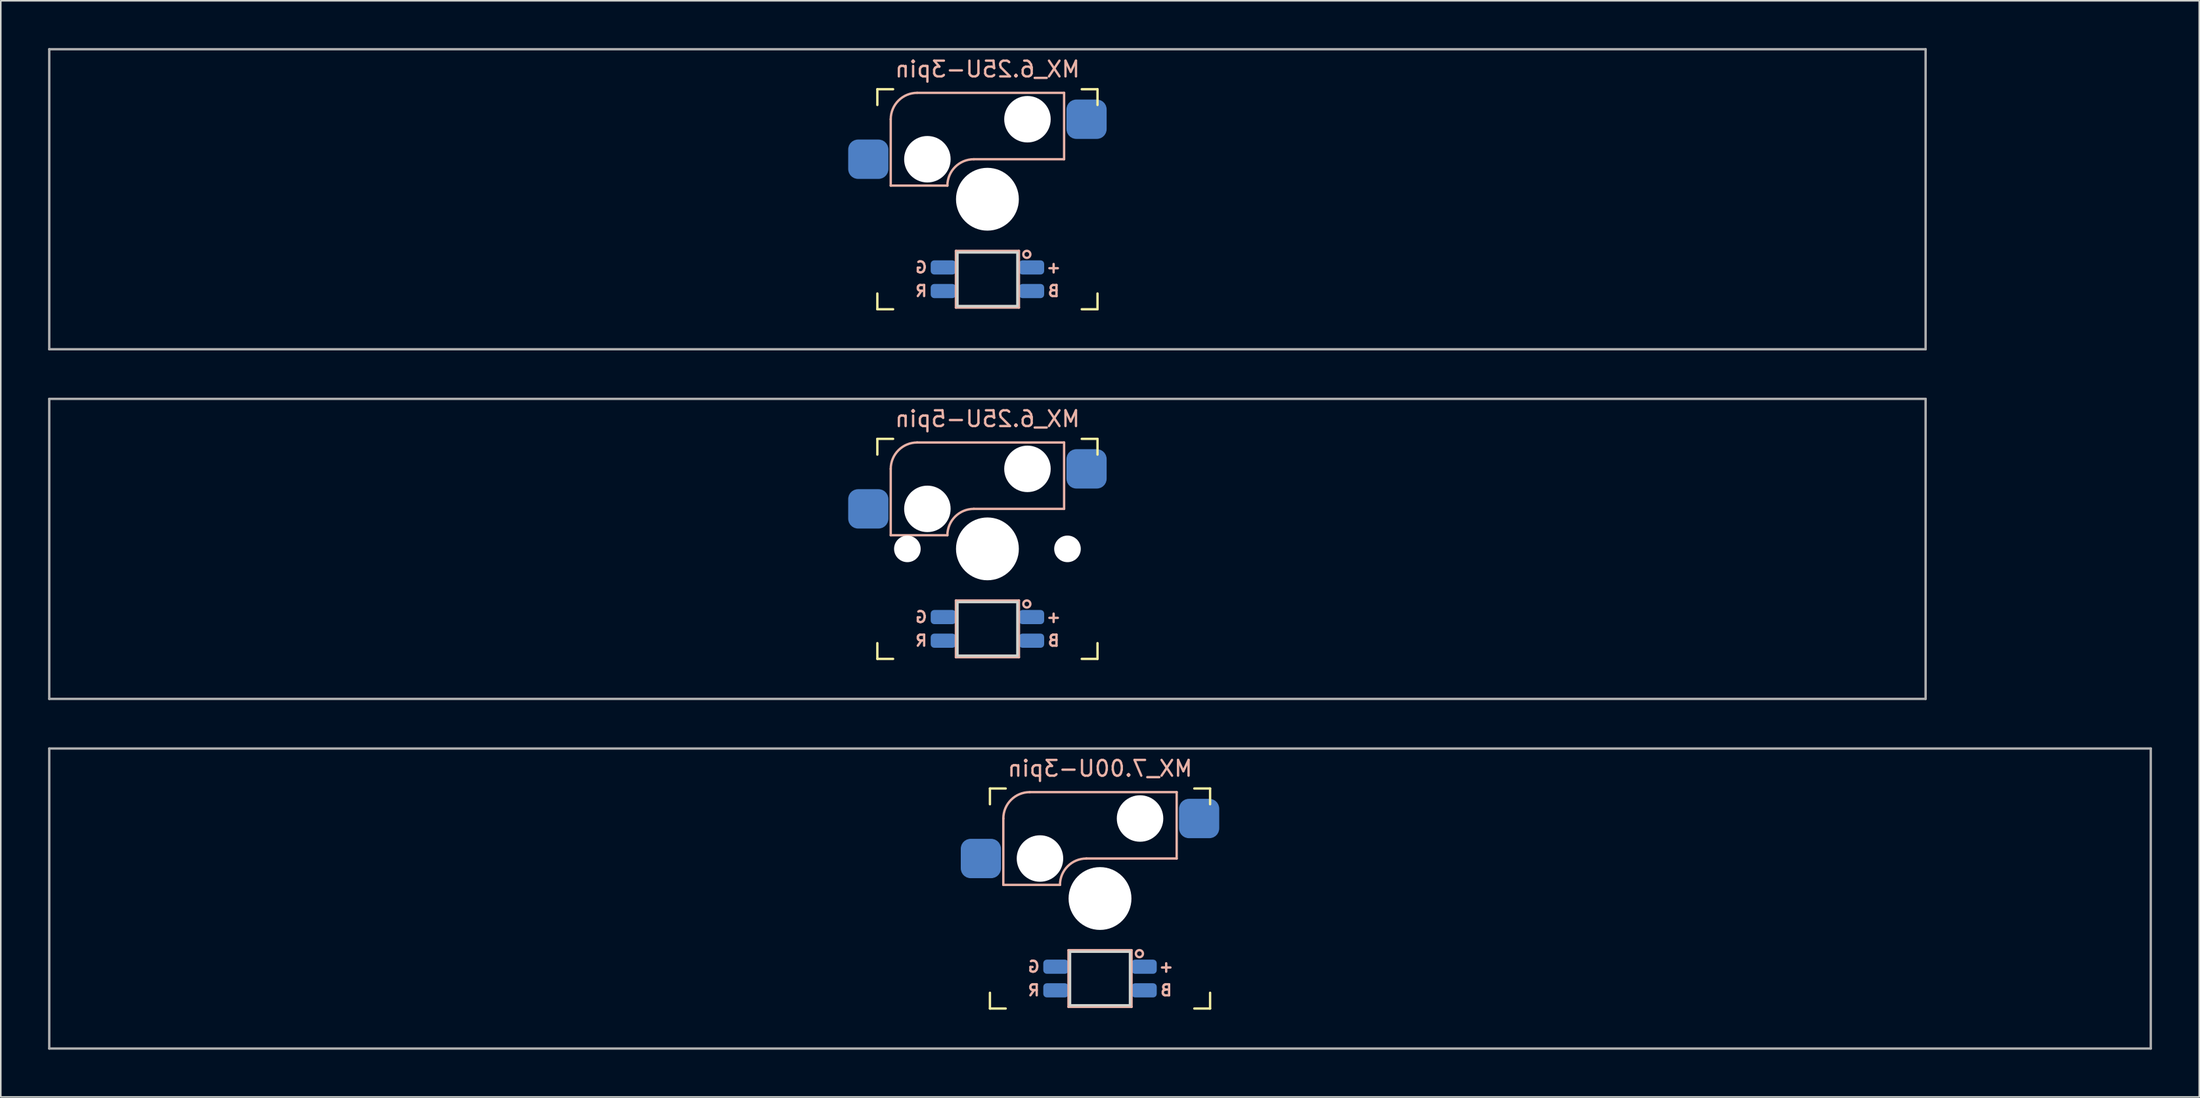
<source format=kicad_pcb>
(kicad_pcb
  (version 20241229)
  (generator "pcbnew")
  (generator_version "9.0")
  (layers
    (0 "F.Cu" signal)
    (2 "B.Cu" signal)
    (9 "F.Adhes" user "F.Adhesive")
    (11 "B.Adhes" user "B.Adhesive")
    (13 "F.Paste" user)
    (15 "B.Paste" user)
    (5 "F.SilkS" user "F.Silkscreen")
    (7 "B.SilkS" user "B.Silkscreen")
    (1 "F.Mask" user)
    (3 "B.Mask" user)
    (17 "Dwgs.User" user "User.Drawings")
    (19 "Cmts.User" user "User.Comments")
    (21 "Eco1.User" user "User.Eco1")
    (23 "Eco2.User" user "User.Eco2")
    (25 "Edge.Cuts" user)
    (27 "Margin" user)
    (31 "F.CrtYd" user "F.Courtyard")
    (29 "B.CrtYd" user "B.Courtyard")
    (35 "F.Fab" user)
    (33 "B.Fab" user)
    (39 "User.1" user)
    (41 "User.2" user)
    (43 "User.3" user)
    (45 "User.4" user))
  (footprint "MX_6.25U-3pin"
    (layer "F.Cu")
    (at 59.606 9.6)
    (property "Reference" "MX_6.25U-3pin" (at 0 -8.255 0) (layer "B.SilkS") (effects (font (size 1 1) (thickness 0.15)) (justify mirror)))
    (attr smd)
    (fp_line (start -6.985 -5.985) (end -6.985 -6.985) (stroke (width 0.15) (type solid)) (layer "F.SilkS"))
    (fp_line (start -6.985 6.985) (end -6.985 5.985) (stroke (width 0.15) (type solid)) (layer "F.SilkS"))
    (fp_line (start -6.985 6.985) (end -5.985 6.985) (stroke (width 0.15) (type solid)) (layer "F.SilkS"))
    (fp_line (start -5.985 -6.985) (end -6.985 -6.985) (stroke (width 0.15) (type solid)) (layer "F.SilkS"))
    (fp_line (start 5.985 6.985) (end 6.985 6.985) (stroke (width 0.15) (type solid)) (layer "F.SilkS"))
    (fp_line (start 6.985 -6.985) (end 5.985 -6.985) (stroke (width 0.15) (type solid)) (layer "F.SilkS"))
    (fp_line (start 6.985 -6.985) (end 6.985 -5.985) (stroke (width 0.15) (type solid)) (layer "F.SilkS"))
    (fp_line (start 6.985 5.985) (end 6.985 6.985) (stroke (width 0.15) (type solid)) (layer "F.SilkS"))
    (fp_line (start -6.135 -5.08) (end -6.135 -0.865) (stroke (width 0.15) (type solid)) (layer "B.SilkS"))
    (fp_line (start -6.135 -0.865) (end -2.54 -0.865) (stroke (width 0.15) (type solid)) (layer "B.SilkS"))
    (fp_line (start -4.46 -6.755) (end 4.865 -6.755) (stroke (width 0.15) (type solid)) (layer "B.SilkS"))
    (fp_line (start -2 3.28) (end -2 6.88) (stroke (width 0.15) (type solid)) (layer "B.SilkS"))
    (fp_line (start -2 6.88) (end 2 6.88) (stroke (width 0.15) (type solid)) (layer "B.SilkS"))
    (fp_line (start -0.865 -2.54) (end 4.865 -2.54) (stroke (width 0.15) (type solid)) (layer "B.SilkS"))
    (fp_line (start 2 3.28) (end -2 3.28) (stroke (width 0.15) (type solid)) (layer "B.SilkS"))
    (fp_line (start 2 6.88) (end 2 3.28) (stroke (width 0.15) (type solid)) (layer "B.SilkS"))
    (fp_line (start 4.865 -6.755) (end 4.865 -2.54) (stroke (width 0.15) (type solid)) (layer "B.SilkS"))
    (fp_arc (start -6.135 -5.08) (mid -5.644404 -6.264404) (end -4.46 -6.755) (stroke (width 0.15) (type solid)) (layer "B.SilkS"))
    (fp_arc (start -2.54 -0.865) (mid -2.049404 -2.049404) (end -0.865 -2.54) (stroke (width 0.15) (type solid)) (layer "B.SilkS"))
    (fp_circle (center 2.5 3.5) (end 2.724 3.5) (stroke (width 0.15) (type solid)) (fill no) (layer "B.SilkS"))
    (fp_line (start -6.985 6.985) (end -6.985 -6.985) (stroke (width 0.15) (type solid)) (layer "Eco2.User"))
    (fp_line (start -6.985 6.985) (end 6.985 6.985) (stroke (width 0.15) (type solid)) (layer "Eco2.User"))
    (fp_line (start 6.985 -6.985) (end -6.985 -6.985) (stroke (width 0.15) (type solid)) (layer "Eco2.User"))
    (fp_line (start 6.985 -6.985) (end 6.985 6.985) (stroke (width 0.15) (type solid)) (layer "Eco2.User"))
    (fp_line (start -1.9 3.38) (end -1.9 6.78) (stroke (width 0.15) (type solid)) (layer "Edge.Cuts"))
    (fp_line (start -1.9 3.38) (end 1.9 3.38) (stroke (width 0.15) (type solid)) (layer "Edge.Cuts"))
    (fp_line (start -1.9 6.78) (end 1.9 6.78) (stroke (width 0.15) (type solid)) (layer "Edge.Cuts"))
    (fp_line (start 1.9 3.38) (end 1.9 6.78) (stroke (width 0.15) (type solid)) (layer "Edge.Cuts"))
    (fp_line (start -59.531 -9.525) (end 59.531 -9.525) (stroke (width 0.15) (type solid)) (layer "F.Fab"))
    (fp_line (start -59.531 9.525) (end -59.531 -9.525) (stroke (width 0.15) (type solid)) (layer "F.Fab"))
    (fp_line (start 59.531 -9.525) (end 59.531 9.525) (stroke (width 0.15) (type solid)) (layer "F.Fab"))
    (fp_line (start 59.531 9.525) (end -59.531 9.525) (stroke (width 0.15) (type solid)) (layer "F.Fab"))
    (fp_text user "B" (at 4.2 5.83 0) (layer "B.SilkS") (effects (font (size 0.7 0.7) (thickness 0.15)) (justify mirror)))
    (fp_text user "R" (at -4.2 5.83 0) (layer "B.SilkS") (effects (font (size 0.7 0.7) (thickness 0.15)) (justify mirror)))
    (fp_text user "+" (at 4.2 4.33 0) (layer "B.SilkS") (effects (font (size 0.7 0.7) (thickness 0.15)) (justify mirror)))
    (fp_text user "G" (at -4.2 4.33 0) (layer "B.SilkS") (effects (font (size 0.7 0.7) (thickness 0.15)) (justify mirror)))
    (pad "" np_thru_hole circle (at -3.81 -2.54) (size 2.95 2.95) (drill 2.95) (layers "*.Cu" "*.Mask"))
    (pad "" np_thru_hole circle (at 0 0) (size 3.988 3.988) (drill 3.988) (layers "*.Cu" "*.Mask"))
    (pad "" np_thru_hole circle (at 2.54 -5.08) (size 2.95 2.95) (drill 2.95) (layers "*.Cu" "*.Mask"))
    (pad "1" smd roundrect (at 6.29 -5.08) (size 2.55 2.5) (layers "B.Cu" "B.Mask" "B.Paste") (roundrect_rratio 0.25))
    (pad "2" smd roundrect (at -7.56 -2.54) (size 2.55 2.5) (layers "B.Cu" "B.Mask" "B.Paste") (roundrect_rratio 0.25))
    (pad "3" smd roundrect (at 2.8 4.33) (size 1.6 0.9) (layers "B.Cu" "B.Mask" "B.Paste") (roundrect_rratio 0.25))
    (pad "4" smd roundrect (at -2.8 5.83) (size 1.6 0.9) (layers "B.Cu" "B.Mask" "B.Paste") (roundrect_rratio 0.25))
    (pad "5" smd roundrect (at -2.8 4.33) (size 1.6 0.9) (layers "B.Cu" "B.Mask" "B.Paste") (roundrect_rratio 0.25))
    (pad "6" smd roundrect (at 2.8 5.83) (size 1.6 0.9) (layers "B.Cu" "B.Mask" "B.Paste") (roundrect_rratio 0.25)))
  (footprint "MX_7.00U-3pin"
    (layer "F.Cu")
    (at 66.75 54)
    (property "Reference" "MX_7.00U-3pin" (at 0 -8.255 0) (layer "B.SilkS") (effects (font (size 1 1) (thickness 0.15)) (justify mirror)))
    (attr smd)
    (fp_line (start -6.985 -5.985) (end -6.985 -6.985) (stroke (width 0.15) (type solid)) (layer "F.SilkS"))
    (fp_line (start -6.985 6.985) (end -6.985 5.985) (stroke (width 0.15) (type solid)) (layer "F.SilkS"))
    (fp_line (start -6.985 6.985) (end -5.985 6.985) (stroke (width 0.15) (type solid)) (layer "F.SilkS"))
    (fp_line (start -5.985 -6.985) (end -6.985 -6.985) (stroke (width 0.15) (type solid)) (layer "F.SilkS"))
    (fp_line (start 5.985 6.985) (end 6.985 6.985) (stroke (width 0.15) (type solid)) (layer "F.SilkS"))
    (fp_line (start 6.985 -6.985) (end 5.985 -6.985) (stroke (width 0.15) (type solid)) (layer "F.SilkS"))
    (fp_line (start 6.985 -6.985) (end 6.985 -5.985) (stroke (width 0.15) (type solid)) (layer "F.SilkS"))
    (fp_line (start 6.985 5.985) (end 6.985 6.985) (stroke (width 0.15) (type solid)) (layer "F.SilkS"))
    (fp_line (start -6.135 -5.08) (end -6.135 -0.865) (stroke (width 0.15) (type solid)) (layer "B.SilkS"))
    (fp_line (start -6.135 -0.865) (end -2.54 -0.865) (stroke (width 0.15) (type solid)) (layer "B.SilkS"))
    (fp_line (start -4.46 -6.755) (end 4.865 -6.755) (stroke (width 0.15) (type solid)) (layer "B.SilkS"))
    (fp_line (start -2 3.28) (end -2 6.88) (stroke (width 0.15) (type solid)) (layer "B.SilkS"))
    (fp_line (start -2 6.88) (end 2 6.88) (stroke (width 0.15) (type solid)) (layer "B.SilkS"))
    (fp_line (start -0.865 -2.54) (end 4.865 -2.54) (stroke (width 0.15) (type solid)) (layer "B.SilkS"))
    (fp_line (start 2 3.28) (end -2 3.28) (stroke (width 0.15) (type solid)) (layer "B.SilkS"))
    (fp_line (start 2 6.88) (end 2 3.28) (stroke (width 0.15) (type solid)) (layer "B.SilkS"))
    (fp_line (start 4.865 -6.755) (end 4.865 -2.54) (stroke (width 0.15) (type solid)) (layer "B.SilkS"))
    (fp_arc (start -6.135 -5.08) (mid -5.644404 -6.264404) (end -4.46 -6.755) (stroke (width 0.15) (type solid)) (layer "B.SilkS"))
    (fp_arc (start -2.54 -0.865) (mid -2.049404 -2.049404) (end -0.865 -2.54) (stroke (width 0.15) (type solid)) (layer "B.SilkS"))
    (fp_circle (center 2.5 3.5) (end 2.724 3.5) (stroke (width 0.15) (type solid)) (fill no) (layer "B.SilkS"))
    (fp_line (start -6.985 6.985) (end -6.985 -6.985) (stroke (width 0.15) (type solid)) (layer "Eco2.User"))
    (fp_line (start -6.985 6.985) (end 6.985 6.985) (stroke (width 0.15) (type solid)) (layer "Eco2.User"))
    (fp_line (start 6.985 -6.985) (end -6.985 -6.985) (stroke (width 0.15) (type solid)) (layer "Eco2.User"))
    (fp_line (start 6.985 -6.985) (end 6.985 6.985) (stroke (width 0.15) (type solid)) (layer "Eco2.User"))
    (fp_line (start -1.9 3.38) (end -1.9 6.78) (stroke (width 0.15) (type solid)) (layer "Edge.Cuts"))
    (fp_line (start -1.9 3.38) (end 1.9 3.38) (stroke (width 0.15) (type solid)) (layer "Edge.Cuts"))
    (fp_line (start -1.9 6.78) (end 1.9 6.78) (stroke (width 0.15) (type solid)) (layer "Edge.Cuts"))
    (fp_line (start 1.9 3.38) (end 1.9 6.78) (stroke (width 0.15) (type solid)) (layer "Edge.Cuts"))
    (fp_line (start -66.675 -9.525) (end 66.675 -9.525) (stroke (width 0.15) (type solid)) (layer "F.Fab"))
    (fp_line (start -66.675 9.525) (end -66.675 -9.525) (stroke (width 0.15) (type solid)) (layer "F.Fab"))
    (fp_line (start 66.675 -9.525) (end 66.675 9.525) (stroke (width 0.15) (type solid)) (layer "F.Fab"))
    (fp_line (start 66.675 9.525) (end -66.675 9.525) (stroke (width 0.15) (type solid)) (layer "F.Fab"))
    (fp_text user "+" (at 4.2 4.33 0) (layer "B.SilkS") (effects (font (size 0.7 0.7) (thickness 0.15)) (justify mirror)))
    (fp_text user "G" (at -4.2 4.33 0) (layer "B.SilkS") (effects (font (size 0.7 0.7) (thickness 0.15)) (justify mirror)))
    (fp_text user "B" (at 4.2 5.83 0) (layer "B.SilkS") (effects (font (size 0.7 0.7) (thickness 0.15)) (justify mirror)))
    (fp_text user "R" (at -4.2 5.83 0) (layer "B.SilkS") (effects (font (size 0.7 0.7) (thickness 0.15)) (justify mirror)))
    (pad "" np_thru_hole circle (at -3.81 -2.54) (size 2.95 2.95) (drill 2.95) (layers "*.Cu" "*.Mask"))
    (pad "" np_thru_hole circle (at 0 0) (size 3.988 3.988) (drill 3.988) (layers "*.Cu" "*.Mask"))
    (pad "" np_thru_hole circle (at 2.54 -5.08) (size 2.95 2.95) (drill 2.95) (layers "*.Cu" "*.Mask"))
    (pad "1" smd roundrect (at 6.29 -5.08) (size 2.55 2.5) (layers "B.Cu" "B.Mask" "B.Paste") (roundrect_rratio 0.25))
    (pad "2" smd roundrect (at -7.56 -2.54) (size 2.55 2.5) (layers "B.Cu" "B.Mask" "B.Paste") (roundrect_rratio 0.25))
    (pad "3" smd roundrect (at 2.8 4.33) (size 1.6 0.9) (layers "B.Cu" "B.Mask" "B.Paste") (roundrect_rratio 0.25))
    (pad "4" smd roundrect (at -2.8 5.83) (size 1.6 0.9) (layers "B.Cu" "B.Mask" "B.Paste") (roundrect_rratio 0.25))
    (pad "5" smd roundrect (at -2.8 4.33) (size 1.6 0.9) (layers "B.Cu" "B.Mask" "B.Paste") (roundrect_rratio 0.25))
    (pad "6" smd roundrect (at 2.8 5.83) (size 1.6 0.9) (layers "B.Cu" "B.Mask" "B.Paste") (roundrect_rratio 0.25)))
  (footprint "MX_6.25U-5pin"
    (layer "F.Cu")
    (at 59.606 31.8)
    (property "Reference" "MX_6.25U-5pin" (at 0 -8.255 0) (layer "B.SilkS") (effects (font (size 1 1) (thickness 0.15)) (justify mirror)))
    (attr smd)
    (fp_line (start -6.985 -5.985) (end -6.985 -6.985) (stroke (width 0.15) (type solid)) (layer "F.SilkS"))
    (fp_line (start -6.985 6.985) (end -6.985 5.985) (stroke (width 0.15) (type solid)) (layer "F.SilkS"))
    (fp_line (start -6.985 6.985) (end -5.985 6.985) (stroke (width 0.15) (type solid)) (layer "F.SilkS"))
    (fp_line (start -5.985 -6.985) (end -6.985 -6.985) (stroke (width 0.15) (type solid)) (layer "F.SilkS"))
    (fp_line (start 5.985 6.985) (end 6.985 6.985) (stroke (width 0.15) (type solid)) (layer "F.SilkS"))
    (fp_line (start 6.985 -6.985) (end 5.985 -6.985) (stroke (width 0.15) (type solid)) (layer "F.SilkS"))
    (fp_line (start 6.985 -6.985) (end 6.985 -5.985) (stroke (width 0.15) (type solid)) (layer "F.SilkS"))
    (fp_line (start 6.985 5.985) (end 6.985 6.985) (stroke (width 0.15) (type solid)) (layer "F.SilkS"))
    (fp_line (start -6.135 -5.08) (end -6.135 -0.865) (stroke (width 0.15) (type solid)) (layer "B.SilkS"))
    (fp_line (start -6.135 -0.865) (end -2.54 -0.865) (stroke (width 0.15) (type solid)) (layer "B.SilkS"))
    (fp_line (start -4.46 -6.755) (end 4.865 -6.755) (stroke (width 0.15) (type solid)) (layer "B.SilkS"))
    (fp_line (start -2 3.28) (end -2 6.88) (stroke (width 0.15) (type solid)) (layer "B.SilkS"))
    (fp_line (start -2 6.88) (end 2 6.88) (stroke (width 0.15) (type solid)) (layer "B.SilkS"))
    (fp_line (start -0.865 -2.54) (end 4.865 -2.54) (stroke (width 0.15) (type solid)) (layer "B.SilkS"))
    (fp_line (start 2 3.28) (end -2 3.28) (stroke (width 0.15) (type solid)) (layer "B.SilkS"))
    (fp_line (start 2 6.88) (end 2 3.28) (stroke (width 0.15) (type solid)) (layer "B.SilkS"))
    (fp_line (start 4.865 -6.755) (end 4.865 -2.54) (stroke (width 0.15) (type solid)) (layer "B.SilkS"))
    (fp_arc (start -6.135 -5.08) (mid -5.644404 -6.264404) (end -4.46 -6.755) (stroke (width 0.15) (type solid)) (layer "B.SilkS"))
    (fp_arc (start -2.54 -0.865) (mid -2.049404 -2.049404) (end -0.865 -2.54) (stroke (width 0.15) (type solid)) (layer "B.SilkS"))
    (fp_circle (center 2.5 3.5) (end 2.724 3.5) (stroke (width 0.15) (type solid)) (fill no) (layer "B.SilkS"))
    (fp_line (start -6.985 6.985) (end -6.985 -6.985) (stroke (width 0.15) (type solid)) (layer "Eco2.User"))
    (fp_line (start -6.985 6.985) (end 6.985 6.985) (stroke (width 0.15) (type solid)) (layer "Eco2.User"))
    (fp_line (start 6.985 -6.985) (end -6.985 -6.985) (stroke (width 0.15) (type solid)) (layer "Eco2.User"))
    (fp_line (start 6.985 -6.985) (end 6.985 6.985) (stroke (width 0.15) (type solid)) (layer "Eco2.User"))
    (fp_line (start -1.9 3.38) (end -1.9 6.78) (stroke (width 0.15) (type solid)) (layer "Edge.Cuts"))
    (fp_line (start -1.9 3.38) (end 1.9 3.38) (stroke (width 0.15) (type solid)) (layer "Edge.Cuts"))
    (fp_line (start -1.9 6.78) (end 1.9 6.78) (stroke (width 0.15) (type solid)) (layer "Edge.Cuts"))
    (fp_line (start 1.9 3.38) (end 1.9 6.78) (stroke (width 0.15) (type solid)) (layer "Edge.Cuts"))
    (fp_line (start -59.531 -9.525) (end 59.531 -9.525) (stroke (width 0.15) (type solid)) (layer "F.Fab"))
    (fp_line (start -59.531 9.525) (end -59.531 -9.525) (stroke (width 0.15) (type solid)) (layer "F.Fab"))
    (fp_line (start 59.531 -9.525) (end 59.531 9.525) (stroke (width 0.15) (type solid)) (layer "F.Fab"))
    (fp_line (start 59.531 9.525) (end -59.531 9.525) (stroke (width 0.15) (type solid)) (layer "F.Fab"))
    (fp_text user "G" (at -4.2 4.33 0) (layer "B.SilkS") (effects (font (size 0.7 0.7) (thickness 0.15)) (justify mirror)))
    (fp_text user "R" (at -4.2 5.83 0) (layer "B.SilkS") (effects (font (size 0.7 0.7) (thickness 0.15)) (justify mirror)))
    (fp_text user "B" (at 4.2 5.83 0) (layer "B.SilkS") (effects (font (size 0.7 0.7) (thickness 0.15)) (justify mirror)))
    (fp_text user "+" (at 4.2 4.33 0) (layer "B.SilkS") (effects (font (size 0.7 0.7) (thickness 0.15)) (justify mirror)))
    (pad "" np_thru_hole circle (at -5.08 0) (size 1.688 1.688) (drill 1.688) (layers "*.Cu" "*.Mask"))
    (pad "" np_thru_hole circle (at -3.81 -2.54) (size 2.95 2.95) (drill 2.95) (layers "*.Cu" "*.Mask"))
    (pad "" np_thru_hole circle (at 0 0) (size 3.988 3.988) (drill 3.988) (layers "*.Cu" "*.Mask"))
    (pad "" np_thru_hole circle (at 2.54 -5.08) (size 2.95 2.95) (drill 2.95) (layers "*.Cu" "*.Mask"))
    (pad "" np_thru_hole circle (at 5.08 0) (size 1.688 1.688) (drill 1.688) (layers "*.Cu" "*.Mask"))
    (pad "1" smd roundrect (at 6.29 -5.08) (size 2.55 2.5) (layers "B.Cu" "B.Mask" "B.Paste") (roundrect_rratio 0.25))
    (pad "2" smd roundrect (at -7.56 -2.54) (size 2.55 2.5) (layers "B.Cu" "B.Mask" "B.Paste") (roundrect_rratio 0.25))
    (pad "3" smd roundrect (at 2.8 4.33) (size 1.6 0.9) (layers "B.Cu" "B.Mask" "B.Paste") (roundrect_rratio 0.25))
    (pad "4" smd roundrect (at -2.8 5.83) (size 1.6 0.9) (layers "B.Cu" "B.Mask" "B.Paste") (roundrect_rratio 0.25))
    (pad "5" smd roundrect (at -2.8 4.33) (size 1.6 0.9) (layers "B.Cu" "B.Mask" "B.Paste") (roundrect_rratio 0.25))
    (pad "6" smd roundrect (at 2.8 5.83) (size 1.6 0.9) (layers "B.Cu" "B.Mask" "B.Paste") (roundrect_rratio 0.25)))
  (gr_rect
    (start -3 -3)
    (end 136.5 66.6)
    (stroke (width 0.1) (type default))
    (fill no)
    (layer "Edge.Cuts")))
</source>
